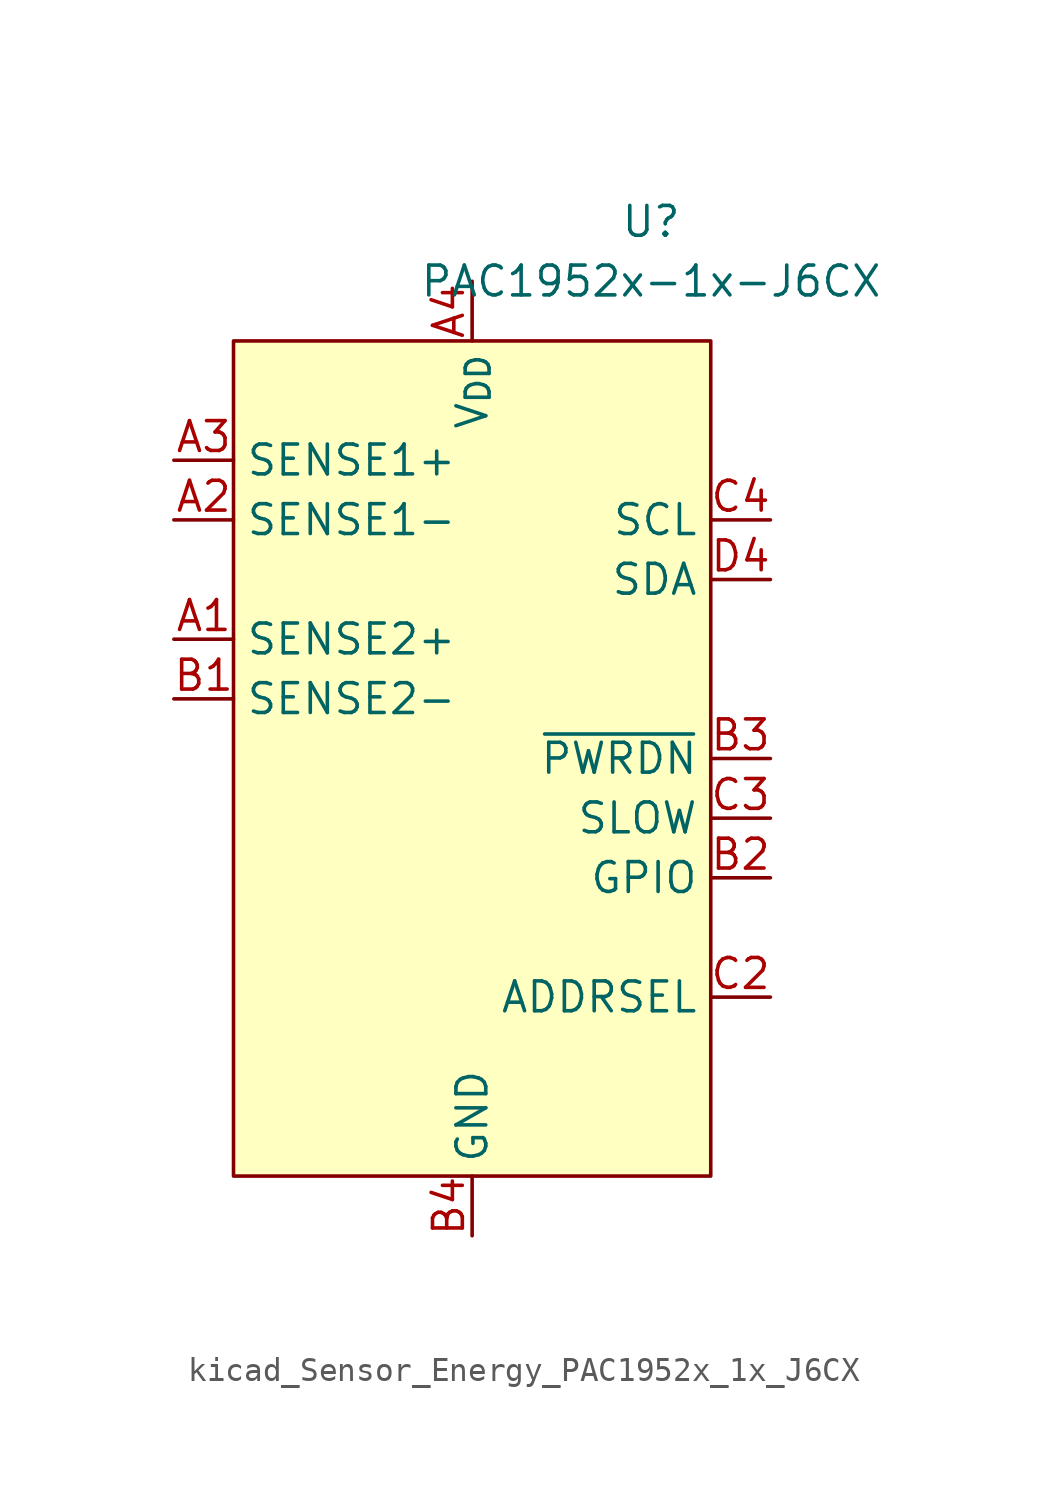
<source format=kicad_sym>
(kicad_symbol_lib
  (version 20220914)
  (generator kicad_symbol_editor)
  (symbol "kicad_Sensor_Energy_PAC1952x_1x_J6CX"
    (property "Reference" "U"
      (at 7.62 22.86 0)
      (effects (font (size 1.27 1.27))))
    (property "Value" "PAC1952x-1x-J6CX"
      (at 7.62 20.32 0)
      (effects (font (size 1.27 1.27))))
    (symbol "kicad_Sensor_Energy_PAC1952x_1x_J6CX_0_0"
      (pin input line (at -12.7 5.08 0) (length 2.54) (name "SENSE2+" (effects (font (size 1.27 1.27)))) (number "A1" (effects (font (size 1.27 1.27)))))
      (pin input line (at -12.7 10.16 0) (length 2.54) (name "SENSE1-" (effects (font (size 1.27 1.27)))) (number "A2" (effects (font (size 1.27 1.27)))))
      (pin input line (at -12.7 12.7 0) (length 2.54) (name "SENSE1+" (effects (font (size 1.27 1.27)))) (number "A3" (effects (font (size 1.27 1.27)))))
      (pin power_in line (at 0 20.32 270) (length 2.54) (name "V_{DD}" (effects (font (size 1.27 1.27)))) (number "A4" (effects (font (size 1.27 1.27)))))
      (pin input line (at -12.7 2.54 0) (length 2.54) (name "SENSE2-" (effects (font (size 1.27 1.27)))) (number "B1" (effects (font (size 1.27 1.27)))))
      (pin bidirectional line (at 12.7 -5.08 180) (length 2.54) (name "GPIO" (effects (font (size 1.27 1.27)))) (number "B2" (effects (font (size 1.27 1.27)))) (alternate "~{ALERT2}" open_collector line))
      (pin input line (at 12.7 0 180) (length 2.54) (name "~{PWRDN}" (effects (font (size 1.27 1.27)))) (number "B3" (effects (font (size 1.27 1.27)))))
      (pin power_in line (at 0 -20.32 90) (length 2.54) (name "GND" (effects (font (size 1.27 1.27)))) (number "B4" (effects (font (size 1.27 1.27)))))
      (pin passive line (at 0 -20.32 90) (length 2.54) hide (name "GND" (effects (font (size 1.27 1.27)))) (number "C1" (effects (font (size 1.27 1.27)))))
      (pin passive line (at 12.7 -10.16 180) (length 2.54) (name "ADDRSEL" (effects (font (size 1.27 1.27)))) (number "C2" (effects (font (size 1.27 1.27)))))
      (pin input line (at 12.7 -2.54 180) (length 2.54) (name "SLOW" (effects (font (size 1.27 1.27)))) (number "C3" (effects (font (size 1.27 1.27)))) (alternate "GPIO" bidirectional line) (alternate "~{ALERT1}" open_collector line))
      (pin input line (at 12.7 10.16 180) (length 2.54) (name "SCL" (effects (font (size 1.27 1.27)))) (number "C4" (effects (font (size 1.27 1.27)))) (alternate "SM_CLK" input line))
      (pin passive line (at 0 -20.32 90) (length 2.54) hide (name "GND" (effects (font (size 1.27 1.27)))) (number "D1" (effects (font (size 1.27 1.27)))))
      (pin passive line (at 0 -20.32 90) (length 2.54) hide (name "GND" (effects (font (size 1.27 1.27)))) (number "D2" (effects (font (size 1.27 1.27)))))
      (pin passive line (at 0 -20.32 90) (length 2.54) hide (name "GND" (effects (font (size 1.27 1.27)))) (number "D3" (effects (font (size 1.27 1.27)))))
      (pin bidirectional line (at 12.7 7.62 180) (length 2.54) (name "SDA" (effects (font (size 1.27 1.27)))) (number "D4" (effects (font (size 1.27 1.27)))) (alternate "SM_DATA" bidirectional line)))
    (symbol "kicad_Sensor_Energy_PAC1952x_1x_J6CX_0_1"
      (rectangle (start -10.16 17.78) (end 10.16 -17.78) (stroke (width 0) (type default)) (fill (type background))))))
</source>
